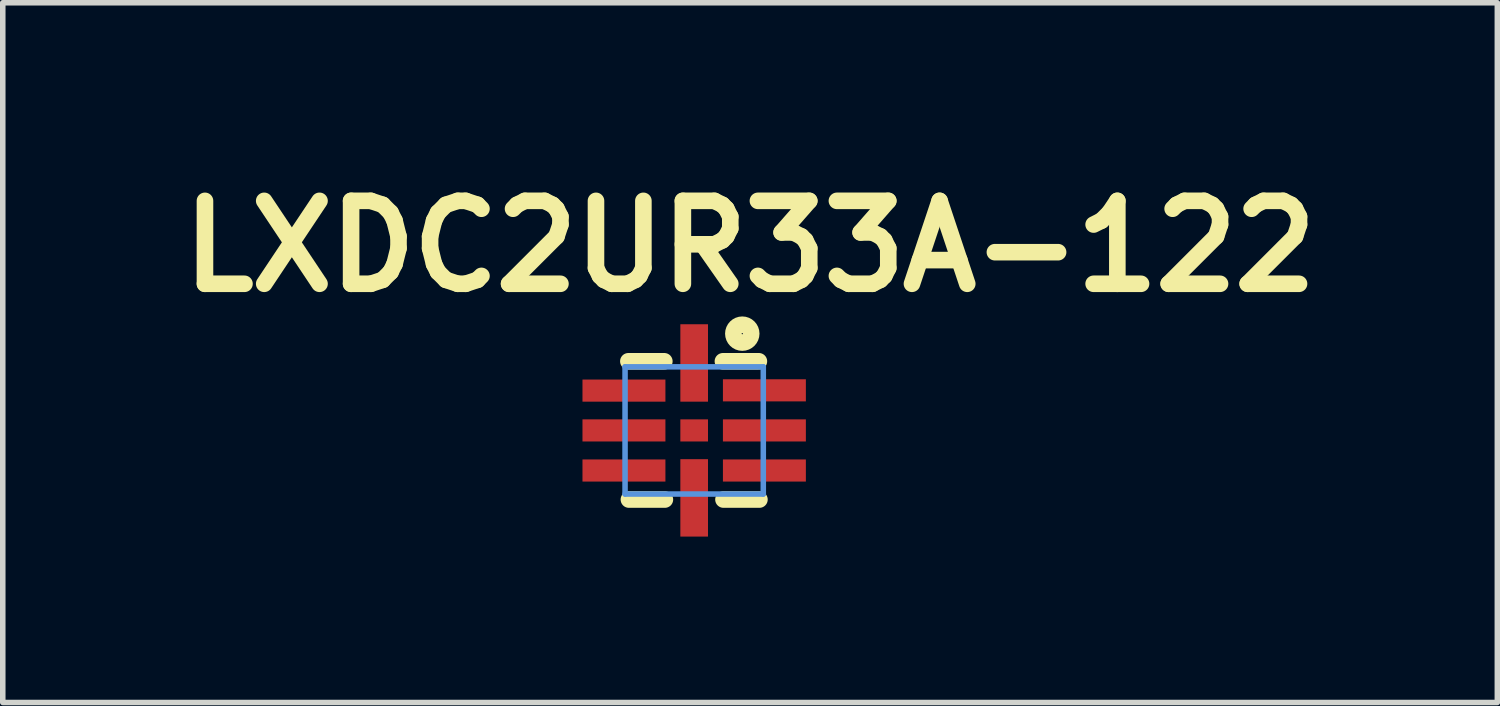
<source format=kicad_pcb>
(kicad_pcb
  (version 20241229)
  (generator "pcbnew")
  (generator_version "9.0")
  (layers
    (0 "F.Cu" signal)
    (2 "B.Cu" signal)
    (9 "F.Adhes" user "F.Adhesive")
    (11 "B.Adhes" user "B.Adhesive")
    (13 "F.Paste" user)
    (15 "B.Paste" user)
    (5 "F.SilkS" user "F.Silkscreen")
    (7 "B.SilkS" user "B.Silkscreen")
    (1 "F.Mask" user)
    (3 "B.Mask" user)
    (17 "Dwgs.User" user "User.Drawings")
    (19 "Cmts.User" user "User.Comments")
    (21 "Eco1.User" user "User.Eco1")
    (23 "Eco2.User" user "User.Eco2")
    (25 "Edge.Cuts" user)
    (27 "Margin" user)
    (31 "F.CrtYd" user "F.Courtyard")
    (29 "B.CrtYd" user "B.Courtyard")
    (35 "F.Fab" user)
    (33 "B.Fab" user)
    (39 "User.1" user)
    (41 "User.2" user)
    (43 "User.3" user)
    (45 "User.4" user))
  (footprint "LXDC2UR33A-122"
    (layer "F.Cu")
    (at 9.504 4.734)
    (property "Reference" "LXDC2UR33A-122" (at 1.01 -3.33 0) (layer "F.SilkS") (effects (font (size 1.5 1.5) (thickness 0.3))))
    (attr through_hole)
    (fp_line (start -1.19 -1.25) (end -0.54 -1.25) (stroke (width 0.3) (type solid)) (layer "F.SilkS"))
    (fp_line (start -1.18 1.25) (end -0.53 1.25) (stroke (width 0.3) (type solid)) (layer "F.SilkS"))
    (fp_line (start 0.52 -1.25) (end 1.17 -1.25) (stroke (width 0.3) (type solid)) (layer "F.SilkS"))
    (fp_line (start 0.53 1.25) (end 1.18 1.25) (stroke (width 0.3) (type solid)) (layer "F.SilkS"))
    (fp_circle (center 0.87 -1.75) (end 1.01 -1.67) (stroke (width 0.3) (type solid)) (fill no) (layer "F.SilkS"))
    (fp_line (start -1.25 -1.15) (end -1.25 1.15) (stroke (width 0.1) (type solid)) (layer "Cmts.User"))
    (fp_line (start -1.25 1.15) (end 1.25 1.15) (stroke (width 0.1) (type solid)) (layer "Cmts.User"))
    (fp_line (start 1.25 -1.15) (end -1.25 -1.15) (stroke (width 0.1) (type solid)) (layer "Cmts.User"))
    (fp_line (start 1.25 1.15) (end 1.25 -1.15) (stroke (width 0.1) (type solid)) (layer "Cmts.User"))
    (pad "1" smd rect (at 1.27 0) (size 1.5 0.4) (layers "F.Cu" "F.Mask" "F.Paste"))
    (pad "1" smd rect (at 1.27 0.725) (size 1.5 0.4) (layers "F.Cu" "F.Mask" "F.Paste"))
    (pad "2" smd rect (at -1.27 0.725) (size 1.5 0.4) (layers "F.Cu" "F.Mask" "F.Paste"))
    (pad "3" smd rect (at 0 -1.22) (size 0.5 1.4) (layers "F.Cu" "F.Mask" "F.Paste"))
    (pad "3" smd rect (at 0 0) (size 0.5 0.4) (layers "F.Cu" "F.Mask" "F.Paste"))
    (pad "3" smd rect (at 0 1.22) (size 0.5 1.4) (layers "F.Cu" "F.Mask" "F.Paste"))
    (pad "4" smd rect (at 1.27 -0.725) (size 1.5 0.4) (layers "F.Cu" "F.Mask" "F.Paste"))
    (pad "5" smd rect (at -1.27 -0.72) (size 1.5 0.4) (layers "F.Cu" "F.Mask" "F.Paste"))
    (pad "5" smd rect (at -1.27 0) (size 1.5 0.4) (layers "F.Cu" "F.Mask" "F.Paste")))
  (gr_rect
    (start -3 -3)
    (end 24.029 9.654)
    (stroke (width 0.1) (type default))
    (fill no)
    (layer "Edge.Cuts")))
</source>
